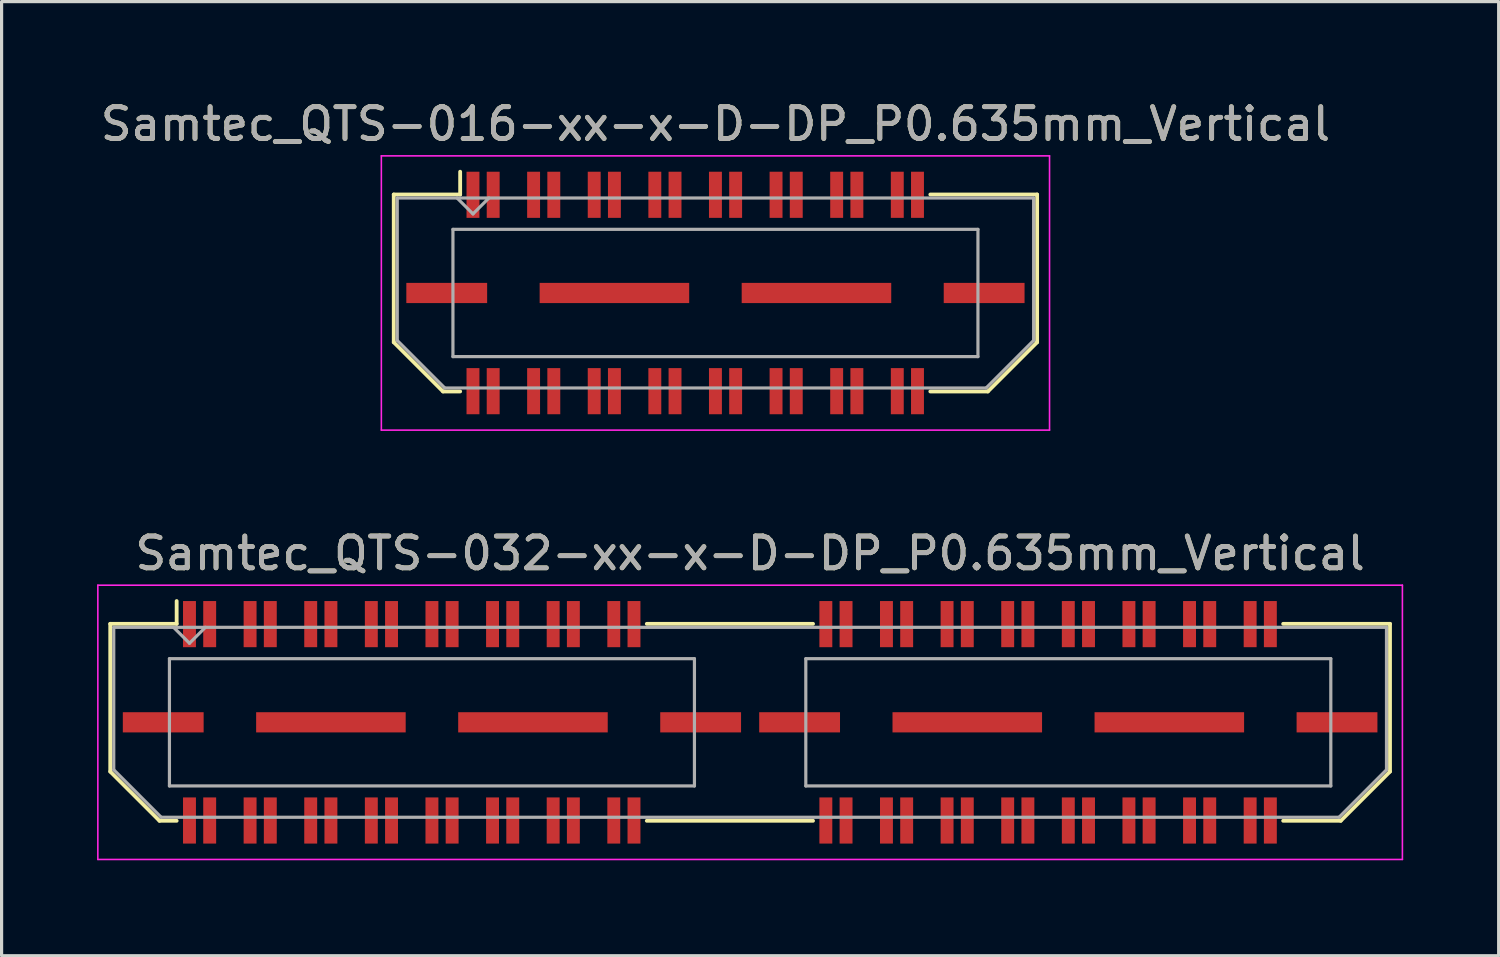
<source format=kicad_pcb>
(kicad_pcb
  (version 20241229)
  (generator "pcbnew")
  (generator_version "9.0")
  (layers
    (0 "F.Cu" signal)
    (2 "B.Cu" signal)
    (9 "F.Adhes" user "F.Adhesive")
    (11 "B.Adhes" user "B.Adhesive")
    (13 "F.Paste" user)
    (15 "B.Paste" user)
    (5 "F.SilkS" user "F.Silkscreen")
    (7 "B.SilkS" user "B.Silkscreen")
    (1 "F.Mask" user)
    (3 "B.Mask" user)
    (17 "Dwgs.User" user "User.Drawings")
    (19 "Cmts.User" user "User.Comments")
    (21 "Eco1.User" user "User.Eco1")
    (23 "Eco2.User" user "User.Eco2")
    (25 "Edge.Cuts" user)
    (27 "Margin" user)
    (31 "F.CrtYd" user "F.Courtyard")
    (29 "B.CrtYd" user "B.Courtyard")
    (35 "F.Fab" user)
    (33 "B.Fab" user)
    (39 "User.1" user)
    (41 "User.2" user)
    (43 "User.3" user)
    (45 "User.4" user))
  (footprint "Samtec_QTS-016-xx-x-D-DP_P0.635mm_Vertical"
    (layer "F.Cu")
    (at 19.435 6.158)
    (property "Reference" "Samtec_QTS-016-xx-x-D-DP_P0.635mm_Vertical" (at 0 -5.31 0) (layer "F.SilkS") (effects (font (size 1 1) (thickness 0.15))))
    (attr smd)
    (fp_line (start -10.11 -3.095) (end -10.11 1.548) (stroke (width 0.12) (type solid)) (layer "F.SilkS"))
    (fp_line (start -10.11 1.548) (end -8.562 3.095) (stroke (width 0.12) (type solid)) (layer "F.SilkS"))
    (fp_line (start -8.562 3.095) (end -8.023 3.095) (stroke (width 0.12) (type solid)) (layer "F.SilkS"))
    (fp_line (start -8.023 -3.811) (end -8.023 -3.095) (stroke (width 0.12) (type solid)) (layer "F.SilkS"))
    (fp_line (start -8.023 -3.095) (end -10.11 -3.095) (stroke (width 0.12) (type solid)) (layer "F.SilkS"))
    (fp_line (start 6.753 -3.095) (end 10.11 -3.095) (stroke (width 0.12) (type solid)) (layer "F.SilkS"))
    (fp_line (start 8.562 3.095) (end 6.753 3.095) (stroke (width 0.12) (type solid)) (layer "F.SilkS"))
    (fp_line (start 10.11 -3.095) (end 10.11 1.548) (stroke (width 0.12) (type solid)) (layer "F.SilkS"))
    (fp_line (start 10.11 1.548) (end 8.562 3.095) (stroke (width 0.12) (type solid)) (layer "F.SilkS"))
    (fp_line (start -10.5 -4.31) (end -10.5 4.31) (stroke (width 0.05) (type solid)) (layer "F.CrtYd"))
    (fp_line (start -10.5 4.31) (end 10.5 4.31) (stroke (width 0.05) (type solid)) (layer "F.CrtYd"))
    (fp_line (start 10.5 -4.31) (end -10.5 -4.31) (stroke (width 0.05) (type solid)) (layer "F.CrtYd"))
    (fp_line (start 10.5 4.31) (end 10.5 -4.31) (stroke (width 0.05) (type solid)) (layer "F.CrtYd"))
    (fp_line (start -10 -2.985) (end -10 1.492) (stroke (width 0.1) (type solid)) (layer "F.Fab"))
    (fp_line (start -10 -2.985) (end 10 -2.985) (stroke (width 0.1) (type solid)) (layer "F.Fab"))
    (fp_line (start -10 1.492) (end -8.508 2.985) (stroke (width 0.1) (type solid)) (layer "F.Fab"))
    (fp_line (start -8.508 2.985) (end 8.508 2.985) (stroke (width 0.1) (type solid)) (layer "F.Fab"))
    (fp_line (start -8.25 -2) (end -8.25 2) (stroke (width 0.1) (type solid)) (layer "F.Fab"))
    (fp_line (start -8.25 2) (end 8.25 2) (stroke (width 0.1) (type solid)) (layer "F.Fab"))
    (fp_line (start -7.62 -2.485) (end -8.12 -2.985) (stroke (width 0.1) (type solid)) (layer "F.Fab"))
    (fp_line (start -7.12 -2.985) (end -7.62 -2.485) (stroke (width 0.1) (type solid)) (layer "F.Fab"))
    (fp_line (start 8.25 -2) (end -8.25 -2) (stroke (width 0.1) (type solid)) (layer "F.Fab"))
    (fp_line (start 8.25 2) (end 8.25 -2) (stroke (width 0.1) (type solid)) (layer "F.Fab"))
    (fp_line (start 10 -2.985) (end 10 1.492) (stroke (width 0.1) (type solid)) (layer "F.Fab"))
    (fp_line (start 10 1.492) (end 8.508 2.985) (stroke (width 0.1) (type solid)) (layer "F.Fab"))
    (fp_text user "${REFERENCE}" (at 0 -5.31 0) (layer "F.Fab") (effects (font (size 1 1) (thickness 0.15))))
    (pad "1" smd rect (at -7.62 -3.086) (size 0.406 1.45) (layers "F.Cu" "F.Mask" "F.Paste"))
    (pad "2" smd rect (at -7.62 3.086) (size 0.406 1.45) (layers "F.Cu" "F.Mask" "F.Paste"))
    (pad "3" smd rect (at -6.985 -3.086) (size 0.406 1.45) (layers "F.Cu" "F.Mask" "F.Paste"))
    (pad "4" smd rect (at -6.985 3.086) (size 0.406 1.45) (layers "F.Cu" "F.Mask" "F.Paste"))
    (pad "5" smd rect (at -5.715 -3.086) (size 0.406 1.45) (layers "F.Cu" "F.Mask" "F.Paste"))
    (pad "6" smd rect (at -5.715 3.086) (size 0.406 1.45) (layers "F.Cu" "F.Mask" "F.Paste"))
    (pad "7" smd rect (at -5.08 -3.086) (size 0.406 1.45) (layers "F.Cu" "F.Mask" "F.Paste"))
    (pad "8" smd rect (at -5.08 3.086) (size 0.406 1.45) (layers "F.Cu" "F.Mask" "F.Paste"))
    (pad "9" smd rect (at -3.81 -3.086) (size 0.406 1.45) (layers "F.Cu" "F.Mask" "F.Paste"))
    (pad "10" smd rect (at -3.81 3.086) (size 0.406 1.45) (layers "F.Cu" "F.Mask" "F.Paste"))
    (pad "11" smd rect (at -3.175 -3.086) (size 0.406 1.45) (layers "F.Cu" "F.Mask" "F.Paste"))
    (pad "12" smd rect (at -3.175 3.086) (size 0.406 1.45) (layers "F.Cu" "F.Mask" "F.Paste"))
    (pad "13" smd rect (at -1.905 -3.086) (size 0.406 1.45) (layers "F.Cu" "F.Mask" "F.Paste"))
    (pad "14" smd rect (at -1.905 3.086) (size 0.406 1.45) (layers "F.Cu" "F.Mask" "F.Paste"))
    (pad "15" smd rect (at -1.27 -3.086) (size 0.406 1.45) (layers "F.Cu" "F.Mask" "F.Paste"))
    (pad "16" smd rect (at -1.27 3.086) (size 0.406 1.45) (layers "F.Cu" "F.Mask" "F.Paste"))
    (pad "17" smd rect (at 0 -3.086) (size 0.406 1.45) (layers "F.Cu" "F.Mask" "F.Paste"))
    (pad "18" smd rect (at 0 3.086) (size 0.406 1.45) (layers "F.Cu" "F.Mask" "F.Paste"))
    (pad "19" smd rect (at 0.635 -3.086) (size 0.406 1.45) (layers "F.Cu" "F.Mask" "F.Paste"))
    (pad "20" smd rect (at 0.635 3.086) (size 0.406 1.45) (layers "F.Cu" "F.Mask" "F.Paste"))
    (pad "21" smd rect (at 1.905 -3.086) (size 0.406 1.45) (layers "F.Cu" "F.Mask" "F.Paste"))
    (pad "22" smd rect (at 1.905 3.086) (size 0.406 1.45) (layers "F.Cu" "F.Mask" "F.Paste"))
    (pad "23" smd rect (at 2.54 -3.086) (size 0.406 1.45) (layers "F.Cu" "F.Mask" "F.Paste"))
    (pad "24" smd rect (at 2.54 3.086) (size 0.406 1.45) (layers "F.Cu" "F.Mask" "F.Paste"))
    (pad "25" smd rect (at 3.81 -3.086) (size 0.406 1.45) (layers "F.Cu" "F.Mask" "F.Paste"))
    (pad "26" smd rect (at 3.81 3.086) (size 0.406 1.45) (layers "F.Cu" "F.Mask" "F.Paste"))
    (pad "27" smd rect (at 4.445 -3.086) (size 0.406 1.45) (layers "F.Cu" "F.Mask" "F.Paste"))
    (pad "28" smd rect (at 4.445 3.086) (size 0.406 1.45) (layers "F.Cu" "F.Mask" "F.Paste"))
    (pad "29" smd rect (at 5.715 -3.086) (size 0.406 1.45) (layers "F.Cu" "F.Mask" "F.Paste"))
    (pad "30" smd rect (at 5.715 3.086) (size 0.406 1.45) (layers "F.Cu" "F.Mask" "F.Paste"))
    (pad "31" smd rect (at 6.35 -3.086) (size 0.406 1.45) (layers "F.Cu" "F.Mask" "F.Paste"))
    (pad "32" smd rect (at 6.35 3.086) (size 0.406 1.45) (layers "F.Cu" "F.Mask" "F.Paste"))
    (pad "33" smd rect (at -8.445 0) (size 2.54 0.635) (layers "F.Cu" "F.Mask" "F.Paste"))
    (pad "34" smd rect (at -3.175 0) (size 4.7 0.635) (layers "F.Cu" "F.Mask" "F.Paste"))
    (pad "35" smd rect (at 3.175 0) (size 4.7 0.635) (layers "F.Cu" "F.Mask" "F.Paste"))
    (pad "36" smd rect (at 8.445 0) (size 2.54 0.635) (layers "F.Cu" "F.Mask" "F.Paste")))
  (footprint "Samtec_QTS-032-xx-x-D-DP_P0.635mm_Vertical"
    (layer "F.Cu")
    (at 20.525 19.651)
    (property "Reference" "Samtec_QTS-032-xx-x-D-DP_P0.635mm_Vertical" (at 0 -5.31 0) (layer "F.SilkS") (effects (font (size 1 1) (thickness 0.15))))
    (attr smd)
    (fp_line (start -20.11 -3.095) (end -20.11 1.548) (stroke (width 0.12) (type solid)) (layer "F.SilkS"))
    (fp_line (start -20.11 1.548) (end -18.562 3.095) (stroke (width 0.12) (type solid)) (layer "F.SilkS"))
    (fp_line (start -18.562 3.095) (end -18.023 3.095) (stroke (width 0.12) (type solid)) (layer "F.SilkS"))
    (fp_line (start -18.023 -3.811) (end -18.023 -3.095) (stroke (width 0.12) (type solid)) (layer "F.SilkS"))
    (fp_line (start -18.023 -3.095) (end -20.11 -3.095) (stroke (width 0.12) (type solid)) (layer "F.SilkS"))
    (fp_line (start -3.247 -3.095) (end 1.977 -3.095) (stroke (width 0.12) (type solid)) (layer "F.SilkS"))
    (fp_line (start -3.247 3.095) (end 1.977 3.095) (stroke (width 0.12) (type solid)) (layer "F.SilkS"))
    (fp_line (start 16.753 -3.095) (end 20.11 -3.095) (stroke (width 0.12) (type solid)) (layer "F.SilkS"))
    (fp_line (start 18.562 3.095) (end 16.753 3.095) (stroke (width 0.12) (type solid)) (layer "F.SilkS"))
    (fp_line (start 20.11 -3.095) (end 20.11 1.548) (stroke (width 0.12) (type solid)) (layer "F.SilkS"))
    (fp_line (start 20.11 1.548) (end 18.562 3.095) (stroke (width 0.12) (type solid)) (layer "F.SilkS"))
    (fp_line (start -20.5 -4.31) (end -20.5 4.31) (stroke (width 0.05) (type solid)) (layer "F.CrtYd"))
    (fp_line (start -20.5 4.31) (end 20.5 4.31) (stroke (width 0.05) (type solid)) (layer "F.CrtYd"))
    (fp_line (start 20.5 -4.31) (end -20.5 -4.31) (stroke (width 0.05) (type solid)) (layer "F.CrtYd"))
    (fp_line (start 20.5 4.31) (end 20.5 -4.31) (stroke (width 0.05) (type solid)) (layer "F.CrtYd"))
    (fp_line (start -20 -2.985) (end -20 1.492) (stroke (width 0.1) (type solid)) (layer "F.Fab"))
    (fp_line (start -20 -2.985) (end 20 -2.985) (stroke (width 0.1) (type solid)) (layer "F.Fab"))
    (fp_line (start -20 1.492) (end -18.508 2.985) (stroke (width 0.1) (type solid)) (layer "F.Fab"))
    (fp_line (start -18.508 2.985) (end 18.508 2.985) (stroke (width 0.1) (type solid)) (layer "F.Fab"))
    (fp_line (start -18.25 -2) (end -18.25 2) (stroke (width 0.1) (type solid)) (layer "F.Fab"))
    (fp_line (start -18.25 2) (end -1.75 2) (stroke (width 0.1) (type solid)) (layer "F.Fab"))
    (fp_line (start -17.62 -2.485) (end -18.12 -2.985) (stroke (width 0.1) (type solid)) (layer "F.Fab"))
    (fp_line (start -17.12 -2.985) (end -17.62 -2.485) (stroke (width 0.1) (type solid)) (layer "F.Fab"))
    (fp_line (start -1.75 -2) (end -18.25 -2) (stroke (width 0.1) (type solid)) (layer "F.Fab"))
    (fp_line (start -1.75 2) (end -1.75 -2) (stroke (width 0.1) (type solid)) (layer "F.Fab"))
    (fp_line (start 1.75 -2) (end 1.75 2) (stroke (width 0.1) (type solid)) (layer "F.Fab"))
    (fp_line (start 1.75 2) (end 18.25 2) (stroke (width 0.1) (type solid)) (layer "F.Fab"))
    (fp_line (start 18.25 -2) (end 1.75 -2) (stroke (width 0.1) (type solid)) (layer "F.Fab"))
    (fp_line (start 18.25 2) (end 18.25 -2) (stroke (width 0.1) (type solid)) (layer "F.Fab"))
    (fp_line (start 20 -2.985) (end 20 1.492) (stroke (width 0.1) (type solid)) (layer "F.Fab"))
    (fp_line (start 20 1.492) (end 18.508 2.985) (stroke (width 0.1) (type solid)) (layer "F.Fab"))
    (fp_text user "${REFERENCE}" (at 0 -5.31 0) (layer "F.Fab") (effects (font (size 1 1) (thickness 0.15))))
    (pad "1" smd rect (at -17.62 -3.086) (size 0.406 1.45) (layers "F.Cu" "F.Mask" "F.Paste"))
    (pad "2" smd rect (at -17.62 3.086) (size 0.406 1.45) (layers "F.Cu" "F.Mask" "F.Paste"))
    (pad "3" smd rect (at -16.985 -3.086) (size 0.406 1.45) (layers "F.Cu" "F.Mask" "F.Paste"))
    (pad "4" smd rect (at -16.985 3.086) (size 0.406 1.45) (layers "F.Cu" "F.Mask" "F.Paste"))
    (pad "5" smd rect (at -15.715 -3.086) (size 0.406 1.45) (layers "F.Cu" "F.Mask" "F.Paste"))
    (pad "6" smd rect (at -15.715 3.086) (size 0.406 1.45) (layers "F.Cu" "F.Mask" "F.Paste"))
    (pad "7" smd rect (at -15.08 -3.086) (size 0.406 1.45) (layers "F.Cu" "F.Mask" "F.Paste"))
    (pad "8" smd rect (at -15.08 3.086) (size 0.406 1.45) (layers "F.Cu" "F.Mask" "F.Paste"))
    (pad "9" smd rect (at -13.81 -3.086) (size 0.406 1.45) (layers "F.Cu" "F.Mask" "F.Paste"))
    (pad "10" smd rect (at -13.81 3.086) (size 0.406 1.45) (layers "F.Cu" "F.Mask" "F.Paste"))
    (pad "11" smd rect (at -13.175 -3.086) (size 0.406 1.45) (layers "F.Cu" "F.Mask" "F.Paste"))
    (pad "12" smd rect (at -13.175 3.086) (size 0.406 1.45) (layers "F.Cu" "F.Mask" "F.Paste"))
    (pad "13" smd rect (at -11.905 -3.086) (size 0.406 1.45) (layers "F.Cu" "F.Mask" "F.Paste"))
    (pad "14" smd rect (at -11.905 3.086) (size 0.406 1.45) (layers "F.Cu" "F.Mask" "F.Paste"))
    (pad "15" smd rect (at -11.27 -3.086) (size 0.406 1.45) (layers "F.Cu" "F.Mask" "F.Paste"))
    (pad "16" smd rect (at -11.27 3.086) (size 0.406 1.45) (layers "F.Cu" "F.Mask" "F.Paste"))
    (pad "17" smd rect (at -10 -3.086) (size 0.406 1.45) (layers "F.Cu" "F.Mask" "F.Paste"))
    (pad "18" smd rect (at -10 3.086) (size 0.406 1.45) (layers "F.Cu" "F.Mask" "F.Paste"))
    (pad "19" smd rect (at -9.365 -3.086) (size 0.406 1.45) (layers "F.Cu" "F.Mask" "F.Paste"))
    (pad "20" smd rect (at -9.365 3.086) (size 0.406 1.45) (layers "F.Cu" "F.Mask" "F.Paste"))
    (pad "21" smd rect (at -8.095 -3.086) (size 0.406 1.45) (layers "F.Cu" "F.Mask" "F.Paste"))
    (pad "22" smd rect (at -8.095 3.086) (size 0.406 1.45) (layers "F.Cu" "F.Mask" "F.Paste"))
    (pad "23" smd rect (at -7.46 -3.086) (size 0.406 1.45) (layers "F.Cu" "F.Mask" "F.Paste"))
    (pad "24" smd rect (at -7.46 3.086) (size 0.406 1.45) (layers "F.Cu" "F.Mask" "F.Paste"))
    (pad "25" smd rect (at -6.19 -3.086) (size 0.406 1.45) (layers "F.Cu" "F.Mask" "F.Paste"))
    (pad "26" smd rect (at -6.19 3.086) (size 0.406 1.45) (layers "F.Cu" "F.Mask" "F.Paste"))
    (pad "27" smd rect (at -5.555 -3.086) (size 0.406 1.45) (layers "F.Cu" "F.Mask" "F.Paste"))
    (pad "28" smd rect (at -5.555 3.086) (size 0.406 1.45) (layers "F.Cu" "F.Mask" "F.Paste"))
    (pad "29" smd rect (at -4.285 -3.086) (size 0.406 1.45) (layers "F.Cu" "F.Mask" "F.Paste"))
    (pad "30" smd rect (at -4.285 3.086) (size 0.406 1.45) (layers "F.Cu" "F.Mask" "F.Paste"))
    (pad "31" smd rect (at -3.65 -3.086) (size 0.406 1.45) (layers "F.Cu" "F.Mask" "F.Paste"))
    (pad "32" smd rect (at -3.65 3.086) (size 0.406 1.45) (layers "F.Cu" "F.Mask" "F.Paste"))
    (pad "33" smd rect (at 2.38 -3.086) (size 0.406 1.45) (layers "F.Cu" "F.Mask" "F.Paste"))
    (pad "34" smd rect (at 2.38 3.086) (size 0.406 1.45) (layers "F.Cu" "F.Mask" "F.Paste"))
    (pad "35" smd rect (at 3.015 -3.086) (size 0.406 1.45) (layers "F.Cu" "F.Mask" "F.Paste"))
    (pad "36" smd rect (at 3.015 3.086) (size 0.406 1.45) (layers "F.Cu" "F.Mask" "F.Paste"))
    (pad "37" smd rect (at 4.285 -3.086) (size 0.406 1.45) (layers "F.Cu" "F.Mask" "F.Paste"))
    (pad "38" smd rect (at 4.285 3.086) (size 0.406 1.45) (layers "F.Cu" "F.Mask" "F.Paste"))
    (pad "39" smd rect (at 4.92 -3.086) (size 0.406 1.45) (layers "F.Cu" "F.Mask" "F.Paste"))
    (pad "40" smd rect (at 4.92 3.086) (size 0.406 1.45) (layers "F.Cu" "F.Mask" "F.Paste"))
    (pad "41" smd rect (at 6.19 -3.086) (size 0.406 1.45) (layers "F.Cu" "F.Mask" "F.Paste"))
    (pad "42" smd rect (at 6.19 3.086) (size 0.406 1.45) (layers "F.Cu" "F.Mask" "F.Paste"))
    (pad "43" smd rect (at 6.825 -3.086) (size 0.406 1.45) (layers "F.Cu" "F.Mask" "F.Paste"))
    (pad "44" smd rect (at 6.825 3.086) (size 0.406 1.45) (layers "F.Cu" "F.Mask" "F.Paste"))
    (pad "45" smd rect (at 8.095 -3.086) (size 0.406 1.45) (layers "F.Cu" "F.Mask" "F.Paste"))
    (pad "46" smd rect (at 8.095 3.086) (size 0.406 1.45) (layers "F.Cu" "F.Mask" "F.Paste"))
    (pad "47" smd rect (at 8.73 -3.086) (size 0.406 1.45) (layers "F.Cu" "F.Mask" "F.Paste"))
    (pad "48" smd rect (at 8.73 3.086) (size 0.406 1.45) (layers "F.Cu" "F.Mask" "F.Paste"))
    (pad "49" smd rect (at 10 -3.086) (size 0.406 1.45) (layers "F.Cu" "F.Mask" "F.Paste"))
    (pad "50" smd rect (at 10 3.086) (size 0.406 1.45) (layers "F.Cu" "F.Mask" "F.Paste"))
    (pad "51" smd rect (at 10.635 -3.086) (size 0.406 1.45) (layers "F.Cu" "F.Mask" "F.Paste"))
    (pad "52" smd rect (at 10.635 3.086) (size 0.406 1.45) (layers "F.Cu" "F.Mask" "F.Paste"))
    (pad "53" smd rect (at 11.905 -3.086) (size 0.406 1.45) (layers "F.Cu" "F.Mask" "F.Paste"))
    (pad "54" smd rect (at 11.905 3.086) (size 0.406 1.45) (layers "F.Cu" "F.Mask" "F.Paste"))
    (pad "55" smd rect (at 12.54 -3.086) (size 0.406 1.45) (layers "F.Cu" "F.Mask" "F.Paste"))
    (pad "56" smd rect (at 12.54 3.086) (size 0.406 1.45) (layers "F.Cu" "F.Mask" "F.Paste"))
    (pad "57" smd rect (at 13.81 -3.086) (size 0.406 1.45) (layers "F.Cu" "F.Mask" "F.Paste"))
    (pad "58" smd rect (at 13.81 3.086) (size 0.406 1.45) (layers "F.Cu" "F.Mask" "F.Paste"))
    (pad "59" smd rect (at 14.445 -3.086) (size 0.406 1.45) (layers "F.Cu" "F.Mask" "F.Paste"))
    (pad "60" smd rect (at 14.445 3.086) (size 0.406 1.45) (layers "F.Cu" "F.Mask" "F.Paste"))
    (pad "61" smd rect (at 15.715 -3.086) (size 0.406 1.45) (layers "F.Cu" "F.Mask" "F.Paste"))
    (pad "62" smd rect (at 15.715 3.086) (size 0.406 1.45) (layers "F.Cu" "F.Mask" "F.Paste"))
    (pad "63" smd rect (at 16.35 -3.086) (size 0.406 1.45) (layers "F.Cu" "F.Mask" "F.Paste"))
    (pad "64" smd rect (at 16.35 3.086) (size 0.406 1.45) (layers "F.Cu" "F.Mask" "F.Paste"))
    (pad "P1" smd rect (at -18.445 0) (size 2.54 0.635) (layers "F.Cu" "F.Mask" "F.Paste"))
    (pad "P1" smd rect (at -13.175 0) (size 4.7 0.635) (layers "F.Cu" "F.Mask" "F.Paste"))
    (pad "P1" smd rect (at -6.825 0) (size 4.7 0.635) (layers "F.Cu" "F.Mask" "F.Paste"))
    (pad "P1" smd rect (at -1.555 0) (size 2.54 0.635) (layers "F.Cu" "F.Mask" "F.Paste"))
    (pad "P2" smd rect (at 1.555 0) (size 2.54 0.635) (layers "F.Cu" "F.Mask" "F.Paste"))
    (pad "P2" smd rect (at 6.825 0) (size 4.7 0.635) (layers "F.Cu" "F.Mask" "F.Paste"))
    (pad "P2" smd rect (at 13.175 0) (size 4.7 0.635) (layers "F.Cu" "F.Mask" "F.Paste"))
    (pad "P2" smd rect (at 18.445 0) (size 2.54 0.635) (layers "F.Cu" "F.Mask" "F.Paste")))
  (gr_rect
    (start -3 -3)
    (end 44.05 26.986)
    (stroke (width 0.1) (type default))
    (fill no)
    (layer "Edge.Cuts")))
</source>
